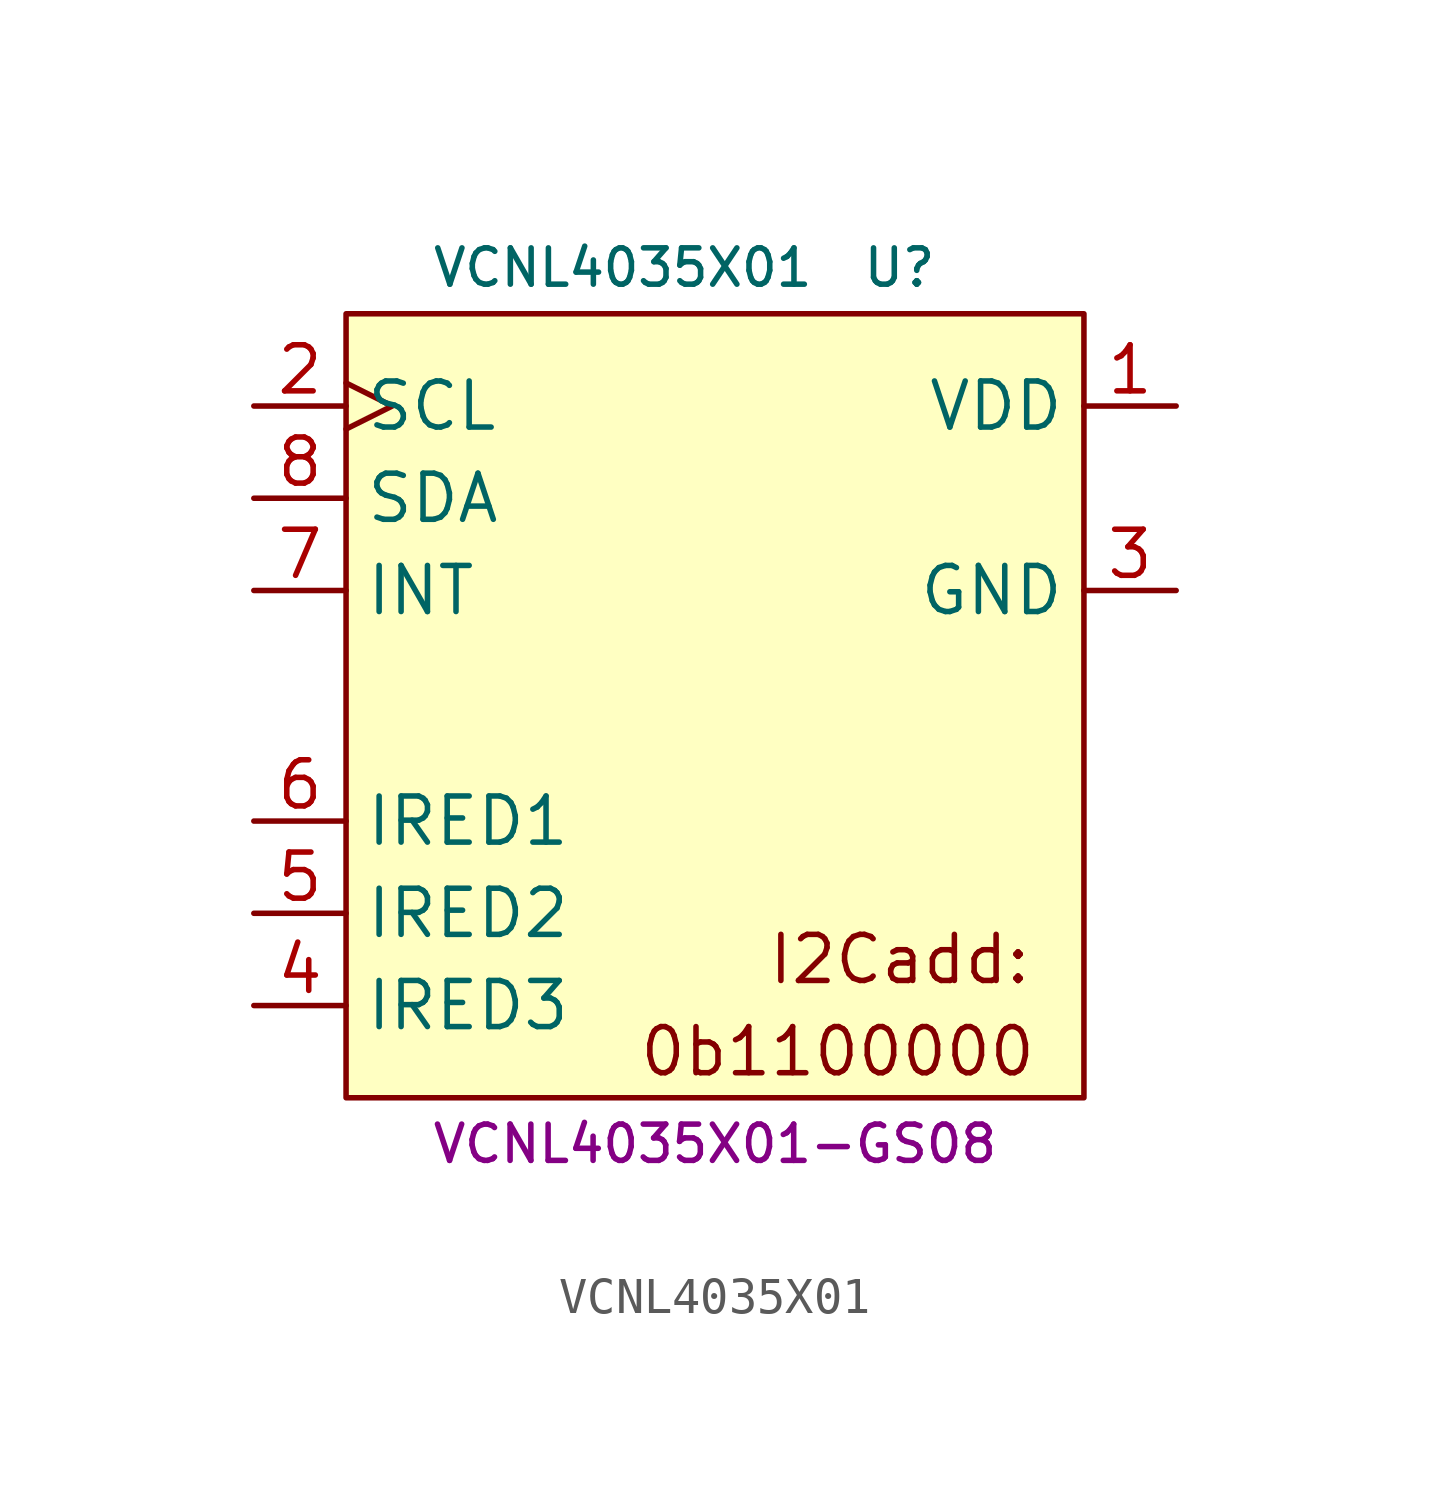
<source format=kicad_sym>
(kicad_symbol_lib
  (version 20231120)
  (generator "kicad_symbol_editor")
  (generator_version "8.0")
  (symbol "VCNL4035X01"
    (property "Reference" "U"
      (at 5.08 8.89 0)
      (effects (font (size 1 1))))
    (property "Value" "VCNL4035X01"
      (at -2.54 8.89 0)
      (effects (font (size 1 1))))
    (property "MPN" "VCNL4035X01-GS08"
      (at 0 -15.24 0)
      (effects (font (size 1 1))))
    (symbol "VCNL4035X01_0_0"
      (text "I2Cadd:" (at 5.08 -10.16 0) (effects (font (size 1.27 1.27)))))
    (symbol "VCNL4035X01_1_0"
      (text "0b1100000" (at 8.89 -12.7 0) (effects (font (size 1.27 1.27)) (justify right))))
    (symbol "VCNL4035X01_1_1"
      (rectangle (start -10.16 7.62) (end 10.16 -13.97) (stroke (width 0) (type default)) (fill (type background)))
      (pin power_in line (at 12.7 5.08 180) (length 2.54) (name "VDD" (effects (font (size 1.27 1.27)))) (number "1" (effects (font (size 1.27 1.27)))))
      (pin input clock (at -12.7 5.08 0) (length 2.54) (name "SCL" (effects (font (size 1.27 1.27)))) (number "2" (effects (font (size 1.27 1.27)))))
      (pin power_in line (at 12.7 0 180) (length 2.54) (name "GND" (effects (font (size 1.27 1.27)))) (number "3" (effects (font (size 1.27 1.27)))))
      (pin output line (at -12.7 -11.43 0) (length 2.54) (name "IRED3" (effects (font (size 1.27 1.27)))) (number "4" (effects (font (size 1.27 1.27)))))
      (pin output line (at -12.7 -8.89 0) (length 2.54) (name "IRED2" (effects (font (size 1.27 1.27)))) (number "5" (effects (font (size 1.27 1.27)))))
      (pin output line (at -12.7 -6.35 0) (length 2.54) (name "IRED1" (effects (font (size 1.27 1.27)))) (number "6" (effects (font (size 1.27 1.27)))))
      (pin output line (at -12.7 0 0) (length 2.54) (name "INT" (effects (font (size 1.27 1.27)))) (number "7" (effects (font (size 1.27 1.27)))))
      (pin bidirectional line (at -12.7 2.54 0) (length 2.54) (name "SDA" (effects (font (size 1.27 1.27)))) (number "8" (effects (font (size 1.27 1.27))))))))
</source>
